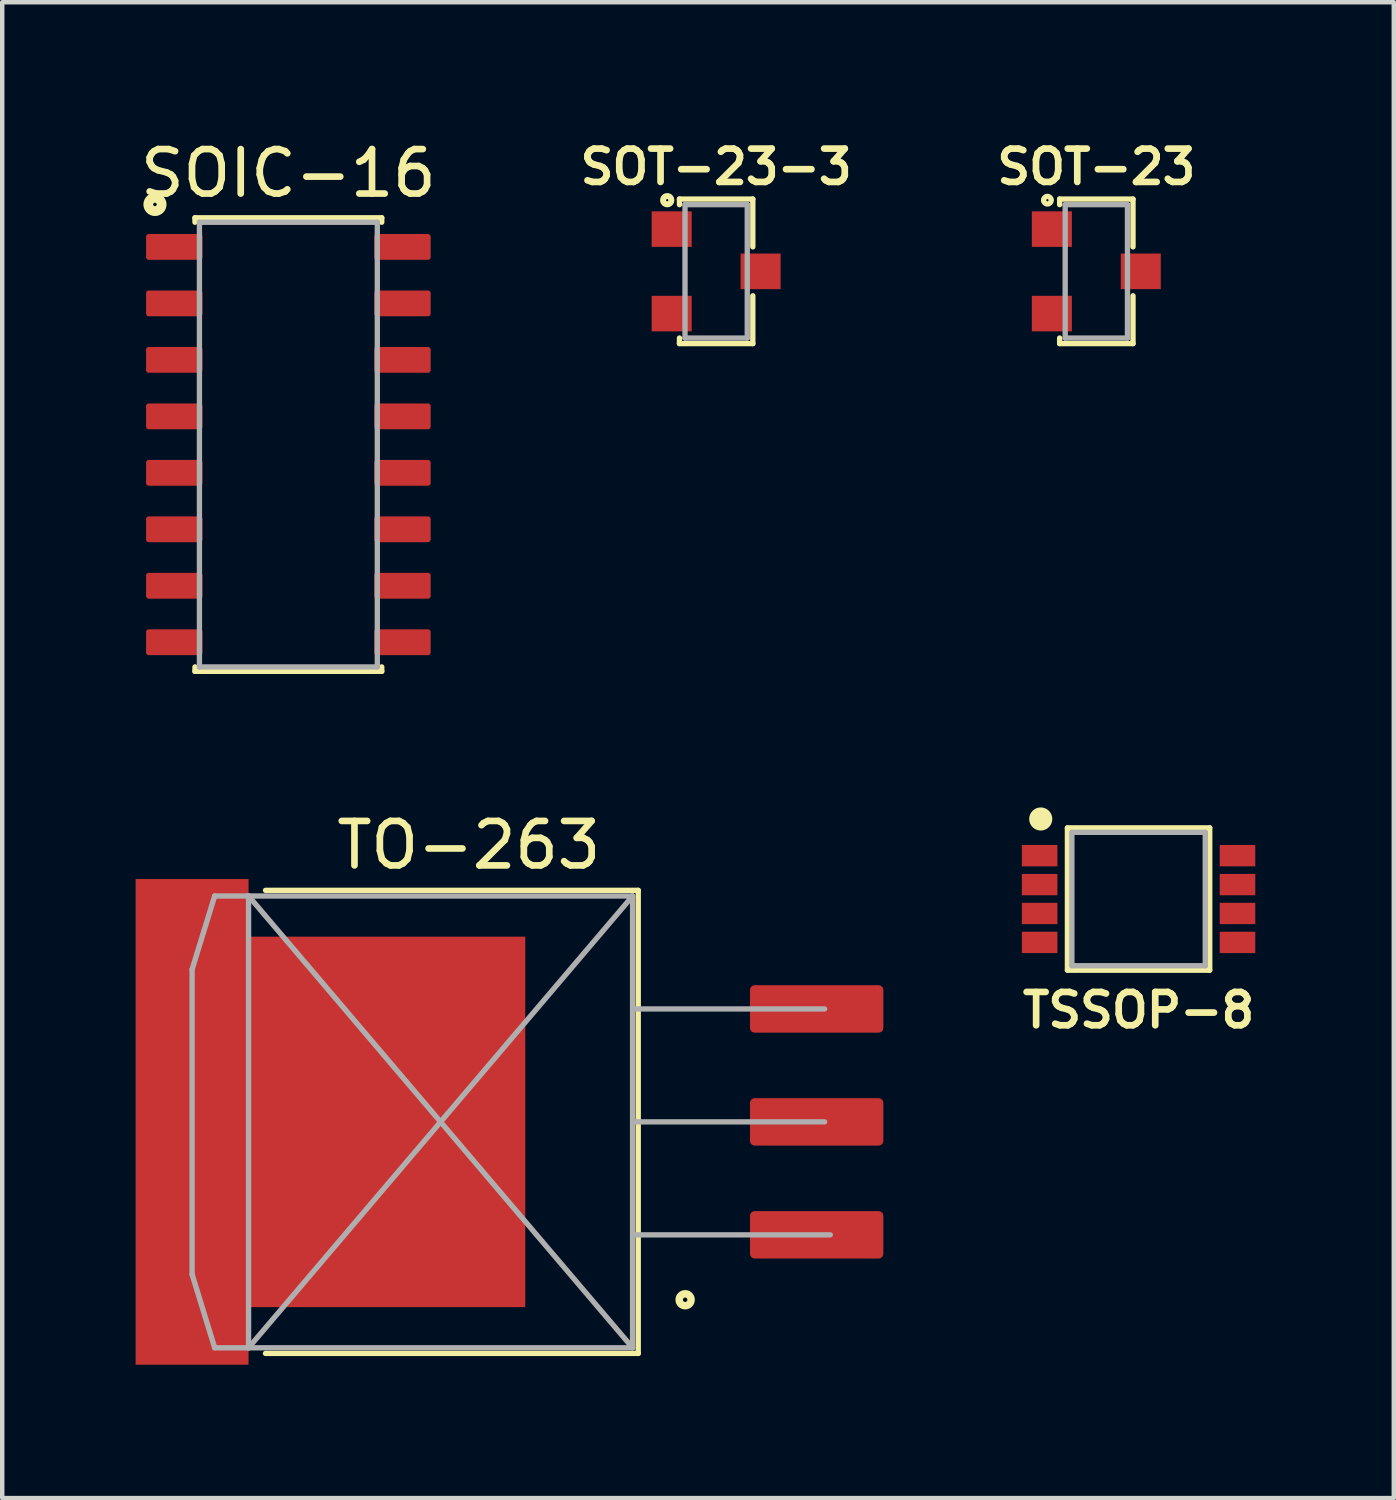
<source format=kicad_pcb>
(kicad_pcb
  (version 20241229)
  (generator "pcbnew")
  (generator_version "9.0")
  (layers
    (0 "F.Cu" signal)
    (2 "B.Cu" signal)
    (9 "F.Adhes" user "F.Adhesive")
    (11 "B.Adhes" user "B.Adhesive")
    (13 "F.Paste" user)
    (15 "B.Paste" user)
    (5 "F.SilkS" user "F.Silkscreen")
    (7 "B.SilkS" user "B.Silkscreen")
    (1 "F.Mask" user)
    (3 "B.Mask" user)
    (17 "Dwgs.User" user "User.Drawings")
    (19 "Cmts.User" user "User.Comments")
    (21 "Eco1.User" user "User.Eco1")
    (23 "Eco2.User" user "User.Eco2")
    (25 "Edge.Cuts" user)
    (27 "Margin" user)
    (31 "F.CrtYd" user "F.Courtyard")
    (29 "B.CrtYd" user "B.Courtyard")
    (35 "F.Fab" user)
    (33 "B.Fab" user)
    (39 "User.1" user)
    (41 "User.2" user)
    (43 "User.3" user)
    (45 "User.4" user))
  (footprint "TO-263"
    (layer "F.Cu")
    (at 6.858 22.18)
    (property "Reference" "TO-263" (at 0.635 -6.223 0) (layer "F.SilkS") (effects (font (size 1 1) (thickness 0.15))))
    (attr smd)
    (fp_line (start -3.937 5.207) (end 4.445 5.207) (stroke (width 0.12) (type solid)) (layer "F.SilkS"))
    (fp_line (start 4.445 -5.207) (end -3.937 -5.207) (stroke (width 0.12) (type solid)) (layer "F.SilkS"))
    (fp_line (start 4.445 5.207) (end 4.445 -5.207) (stroke (width 0.12) (type solid)) (layer "F.SilkS"))
    (fp_circle (center 5.5 4) (end 5.55 4) (stroke (width 0.12) (type solid)) (fill no) (layer "F.SilkS"))
    (fp_circle (center 5.5 4) (end 5.65 4.05) (stroke (width 0.12) (type solid)) (fill no) (layer "F.SilkS"))
    (fp_line (start -5.588 -3.429) (end -5.588 3.429) (stroke (width 0.12) (type solid)) (layer "F.Fab"))
    (fp_line (start -5.08 -5.08) (end -5.588 -3.429) (stroke (width 0.12) (type solid)) (layer "F.Fab"))
    (fp_line (start -5.08 -5.08) (end -4.318 -5.08) (stroke (width 0.12) (type solid)) (layer "F.Fab"))
    (fp_line (start -5.08 5.08) (end -5.588 3.429) (stroke (width 0.12) (type solid)) (layer "F.Fab"))
    (fp_line (start -5.08 5.08) (end -4.318 5.08) (stroke (width 0.12) (type solid)) (layer "F.Fab"))
    (fp_line (start -4.318 -5.08) (end -4.318 5.08) (stroke (width 0.12) (type solid)) (layer "F.Fab"))
    (fp_line (start -4.318 5.08) (end 4.318 5.08) (stroke (width 0.12) (type solid)) (layer "F.Fab"))
    (fp_line (start 4.318 -5.08) (end -4.318 -5.08) (stroke (width 0.12) (type solid)) (layer "F.Fab"))
    (fp_line (start 4.318 -5.08) (end -4.318 5.08) (stroke (width 0.12) (type solid)) (layer "F.Fab"))
    (fp_line (start 4.318 0) (end 8.636 0) (stroke (width 0.12) (type solid)) (layer "F.Fab"))
    (fp_line (start 4.318 5.08) (end -4.318 -5.08) (stroke (width 0.12) (type solid)) (layer "F.Fab"))
    (fp_line (start 4.318 5.08) (end 4.318 -5.08) (stroke (width 0.12) (type solid)) (layer "F.Fab"))
    (fp_line (start 8.636 -2.54) (end 4.318 -2.54) (stroke (width 0.12) (type solid)) (layer "F.Fab"))
    (fp_line (start 8.763 2.54) (end 4.318 2.54) (stroke (width 0.12) (type solid)) (layer "F.Fab"))
    (pad "1" smd roundrect (at 8.458 2.54 90) (size 1.067 3) (layers "F.Cu" "F.Mask" "F.Paste") (roundrect_rratio 0.1))
    (pad "2" smd rect (at -5.588 0) (size 2.54 10.922) (layers "F.Cu" "F.Mask" "F.Paste"))
    (pad "2" smd rect (at -1.27 0) (size 6.35 8.331) (layers "F.Cu" "F.Mask" "F.Paste"))
    (pad "2" smd roundrect (at 8.458 0 90) (size 1.067 3) (layers "F.Cu" "F.Mask" "F.Paste") (roundrect_rratio 0.1))
    (pad "3" smd roundrect (at 8.458 -2.54 90) (size 1.067 3) (layers "F.Cu" "F.Mask" "F.Paste") (roundrect_rratio 0.1)))
  (footprint "SOT-23-3"
    (layer "F.Cu")
    (at 13.055 3.052)
    (property "Reference" "SOT-23-3" (at 0 -2.35 0) (layer "F.SilkS") (effects (font (size 0.75 0.75) (thickness 0.15))))
    (attr smd)
    (fp_line (start -0.825 -1.5) (end -0.825 -1.625) (stroke (width 0.12) (type solid)) (layer "F.SilkS"))
    (fp_line (start -0.825 1.625) (end -0.825 1.5) (stroke (width 0.12) (type solid)) (layer "F.SilkS"))
    (fp_line (start 0.825 -1.625) (end -0.825 -1.625) (stroke (width 0.12) (type solid)) (layer "F.SilkS"))
    (fp_line (start 0.825 -1.625) (end 0.825 -0.55) (stroke (width 0.12) (type solid)) (layer "F.SilkS"))
    (fp_line (start 0.825 1.625) (end -0.825 1.625) (stroke (width 0.12) (type solid)) (layer "F.SilkS"))
    (fp_line (start 0.825 1.625) (end 0.825 0.55) (stroke (width 0.12) (type solid)) (layer "F.SilkS"))
    (fp_circle (center -1.1 -1.6) (end -1.2 -1.6) (stroke (width 0.12) (type solid)) (fill no) (layer "F.SilkS"))
    (fp_circle (center -1.1 -1.6) (end -1.075 -1.6) (stroke (width 0.12) (type solid)) (fill no) (layer "F.SilkS"))
    (fp_line (start -0.7 -1.5) (end 0.7 -1.5) (stroke (width 0.12) (type solid)) (layer "F.Fab"))
    (fp_line (start -0.7 1.5) (end -0.7 -1.5) (stroke (width 0.12) (type solid)) (layer "F.Fab"))
    (fp_line (start 0.7 -1.5) (end 0.7 1.5) (stroke (width 0.12) (type solid)) (layer "F.Fab"))
    (fp_line (start 0.7 1.5) (end -0.7 1.5) (stroke (width 0.12) (type solid)) (layer "F.Fab"))
    (pad "1" smd roundrect (at -1 -0.95 270) (size 0.8 0.9) (layers "F.Cu" "F.Mask" "F.Paste") (roundrect_rratio 0.001))
    (pad "2" smd roundrect (at -1 0.95 270) (size 0.8 0.9) (layers "F.Cu" "F.Mask" "F.Paste") (roundrect_rratio 0.001))
    (pad "3" smd roundrect (at 1 0 270) (size 0.8 0.9) (layers "F.Cu" "F.Mask" "F.Paste") (roundrect_rratio 0.001)))
  (footprint "TSSOP-8"
    (layer "F.Cu")
    (at 22.555 17.168)
    (property "Reference" "TSSOP-8" (at 0 2.5 0) (layer "F.SilkS") (effects (font (size 0.75 0.75) (thickness 0.15))))
    (attr smd)
    (fp_line (start -2.2 -1.8) (end -2.2 -1.8) (stroke (width 0.12) (type solid)) (layer "F.SilkS"))
    (fp_line (start -1.6 -1.6) (end -1.6 1.6) (stroke (width 0.12) (type solid)) (layer "F.SilkS"))
    (fp_line (start -1.6 1.6) (end 1.6 1.6) (stroke (width 0.12) (type solid)) (layer "F.SilkS"))
    (fp_line (start 1.6 -1.6) (end -1.6 -1.6) (stroke (width 0.12) (type solid)) (layer "F.SilkS"))
    (fp_line (start 1.6 1.6) (end 1.6 -1.6) (stroke (width 0.12) (type solid)) (layer "F.SilkS"))
    (fp_circle (center -2.2 -1.8) (end -2.1 -1.8) (stroke (width 0.12) (type solid)) (fill no) (layer "F.SilkS"))
    (fp_circle (center -2.2 -1.8) (end -2 -1.8) (stroke (width 0.12) (type solid)) (fill no) (layer "F.SilkS"))
    (fp_line (start -1.5 -1.5) (end 1.5 -1.5) (stroke (width 0.12) (type solid)) (layer "F.Fab"))
    (fp_line (start -1.5 1.5) (end -1.5 -1.5) (stroke (width 0.12) (type solid)) (layer "F.Fab"))
    (fp_line (start 1.5 -1.5) (end 1.5 1.5) (stroke (width 0.12) (type solid)) (layer "F.Fab"))
    (fp_line (start 1.5 1.5) (end -1.5 1.5) (stroke (width 0.12) (type solid)) (layer "F.Fab"))
    (pad "1" smd roundrect (at -2.225 -0.975) (size 0.8 0.48) (layers "F.Cu" "F.Mask" "F.Paste") (roundrect_rratio 0.01))
    (pad "2" smd roundrect (at -2.225 -0.325) (size 0.8 0.48) (layers "F.Cu" "F.Mask" "F.Paste") (roundrect_rratio 0.01))
    (pad "3" smd roundrect (at -2.225 0.325) (size 0.8 0.48) (layers "F.Cu" "F.Mask" "F.Paste") (roundrect_rratio 0.01))
    (pad "4" smd roundrect (at -2.225 0.975) (size 0.8 0.48) (layers "F.Cu" "F.Mask" "F.Paste") (roundrect_rratio 0.01))
    (pad "5" smd roundrect (at 2.225 0.975) (size 0.8 0.48) (layers "F.Cu" "F.Mask" "F.Paste") (roundrect_rratio 0.01))
    (pad "6" smd roundrect (at 2.225 0.325) (size 0.8 0.48) (layers "F.Cu" "F.Mask" "F.Paste") (roundrect_rratio 0.01))
    (pad "7" smd roundrect (at 2.225 -0.325) (size 0.8 0.48) (layers "F.Cu" "F.Mask" "F.Paste") (roundrect_rratio 0.01))
    (pad "8" smd roundrect (at 2.225 -0.975) (size 0.8 0.48) (layers "F.Cu" "F.Mask" "F.Paste") (roundrect_rratio 0.01)))
  (footprint "SOT-23"
    (layer "F.Cu")
    (at 21.605 3.052)
    (property "Reference" "SOT-23" (at 0 -2.35 0) (layer "F.SilkS") (effects (font (size 0.75 0.75) (thickness 0.15))))
    (attr smd)
    (fp_line (start -0.825 -1.5) (end -0.825 -1.625) (stroke (width 0.12) (type solid)) (layer "F.SilkS"))
    (fp_line (start -0.825 1.625) (end -0.825 1.5) (stroke (width 0.12) (type solid)) (layer "F.SilkS"))
    (fp_line (start 0.825 -1.625) (end -0.825 -1.625) (stroke (width 0.12) (type solid)) (layer "F.SilkS"))
    (fp_line (start 0.825 -1.625) (end 0.825 -0.55) (stroke (width 0.12) (type solid)) (layer "F.SilkS"))
    (fp_line (start 0.825 1.625) (end -0.825 1.625) (stroke (width 0.12) (type solid)) (layer "F.SilkS"))
    (fp_line (start 0.825 1.625) (end 0.825 0.55) (stroke (width 0.12) (type solid)) (layer "F.SilkS"))
    (fp_circle (center -1.1 -1.6) (end -1.075 -1.6) (stroke (width 0.12) (type solid)) (fill no) (layer "F.SilkS"))
    (fp_line (start -0.7 -1.5) (end 0.7 -1.5) (stroke (width 0.12) (type solid)) (layer "F.Fab"))
    (fp_line (start -0.7 1.5) (end -0.7 -1.5) (stroke (width 0.12) (type solid)) (layer "F.Fab"))
    (fp_line (start 0.7 -1.5) (end 0.7 1.5) (stroke (width 0.12) (type solid)) (layer "F.Fab"))
    (fp_line (start 0.7 1.5) (end -0.7 1.5) (stroke (width 0.12) (type solid)) (layer "F.Fab"))
    (pad "1" smd roundrect (at -1 -0.95 270) (size 0.8 0.9) (layers "F.Cu" "F.Mask" "F.Paste") (roundrect_rratio 0.001))
    (pad "2" smd roundrect (at -1 0.95 270) (size 0.8 0.9) (layers "F.Cu" "F.Mask" "F.Paste") (roundrect_rratio 0.001))
    (pad "3" smd roundrect (at 1 0 270) (size 0.8 0.9) (layers "F.Cu" "F.Mask" "F.Paste") (roundrect_rratio 0.001)))
  (footprint "SOIC-16"
    (layer "F.Cu")
    (at 3.435 6.948)
    (property "Reference" "SOIC-16" (at 0 -6.1 0) (layer "F.SilkS") (effects (font (size 1 1) (thickness 0.15))))
    (attr smd)
    (fp_line (start -2.1 -5.1) (end 2.1 -5.1) (stroke (width 0.12) (type solid)) (layer "F.SilkS"))
    (fp_line (start -2.1 -5) (end -2.1 -5.1) (stroke (width 0.12) (type solid)) (layer "F.SilkS"))
    (fp_line (start -2.1 5) (end -2.1 5.1) (stroke (width 0.12) (type solid)) (layer "F.SilkS"))
    (fp_line (start -2.1 5.1) (end 2.1 5.1) (stroke (width 0.12) (type solid)) (layer "F.SilkS"))
    (fp_line (start 2.1 -5.1) (end 2.1 -5) (stroke (width 0.12) (type solid)) (layer "F.SilkS"))
    (fp_line (start 2.1 5.1) (end 2.1 5) (stroke (width 0.12) (type solid)) (layer "F.SilkS"))
    (fp_circle (center -3 -5.4) (end -3 -5.6) (stroke (width 0.12) (type solid)) (fill no) (layer "F.SilkS"))
    (fp_circle (center -3 -5.4) (end -2.95 -5.4) (stroke (width 0.12) (type solid)) (fill no) (layer "F.SilkS"))
    (fp_circle (center -3 -5.4) (end -2.9 -5.4) (stroke (width 0.12) (type solid)) (fill no) (layer "F.SilkS"))
    (fp_line (start -2 -5) (end 2 -5) (stroke (width 0.12) (type solid)) (layer "F.Fab"))
    (fp_line (start -2 5) (end -2 -5) (stroke (width 0.12) (type solid)) (layer "F.Fab"))
    (fp_line (start 2 -5) (end 2 5) (stroke (width 0.12) (type solid)) (layer "F.Fab"))
    (fp_line (start 2 5) (end -2 5) (stroke (width 0.12) (type solid)) (layer "F.Fab"))
    (pad "1" smd roundrect (at -2.565 -4.445 270) (size 0.58 1.27) (layers "F.Cu" "F.Mask" "F.Paste") (roundrect_rratio 0.1))
    (pad "2" smd roundrect (at -2.565 -3.175 270) (size 0.58 1.27) (layers "F.Cu" "F.Mask" "F.Paste") (roundrect_rratio 0.1))
    (pad "3" smd roundrect (at -2.565 -1.905 270) (size 0.58 1.27) (layers "F.Cu" "F.Mask" "F.Paste") (roundrect_rratio 0.1))
    (pad "4" smd roundrect (at -2.565 -0.635 270) (size 0.58 1.27) (layers "F.Cu" "F.Mask" "F.Paste") (roundrect_rratio 0.1))
    (pad "5" smd roundrect (at -2.565 0.635 270) (size 0.58 1.27) (layers "F.Cu" "F.Mask" "F.Paste") (roundrect_rratio 0.1))
    (pad "6" smd roundrect (at -2.565 1.905 270) (size 0.58 1.27) (layers "F.Cu" "F.Mask" "F.Paste") (roundrect_rratio 0.1))
    (pad "7" smd roundrect (at -2.565 3.175 270) (size 0.58 1.27) (layers "F.Cu" "F.Mask" "F.Paste") (roundrect_rratio 0.1))
    (pad "8" smd roundrect (at -2.565 4.445 270) (size 0.58 1.27) (layers "F.Cu" "F.Mask" "F.Paste") (roundrect_rratio 0.1))
    (pad "9" smd roundrect (at 2.565 4.445 270) (size 0.58 1.27) (layers "F.Cu" "F.Mask" "F.Paste") (roundrect_rratio 0.1))
    (pad "10" smd roundrect (at 2.565 3.175 270) (size 0.58 1.27) (layers "F.Cu" "F.Mask" "F.Paste") (roundrect_rratio 0.1))
    (pad "11" smd roundrect (at 2.565 1.905 270) (size 0.58 1.27) (layers "F.Cu" "F.Mask" "F.Paste") (roundrect_rratio 0.1))
    (pad "12" smd roundrect (at 2.565 0.635 270) (size 0.58 1.27) (layers "F.Cu" "F.Mask" "F.Paste") (roundrect_rratio 0.1))
    (pad "13" smd roundrect (at 2.565 -0.635 270) (size 0.58 1.27) (layers "F.Cu" "F.Mask" "F.Paste") (roundrect_rratio 0.1))
    (pad "14" smd roundrect (at 2.565 -1.905 270) (size 0.58 1.27) (layers "F.Cu" "F.Mask" "F.Paste") (roundrect_rratio 0.1))
    (pad "15" smd roundrect (at 2.565 -3.175 270) (size 0.58 1.27) (layers "F.Cu" "F.Mask" "F.Paste") (roundrect_rratio 0.1))
    (pad "16" smd roundrect (at 2.565 -4.445 270) (size 0.58 1.27) (layers "F.Cu" "F.Mask" "F.Paste") (roundrect_rratio 0.1)))
  (gr_rect
    (start -3 -3)
    (end 28.295 30.64)
    (stroke (width 0.1) (type default))
    (fill no)
    (layer "Edge.Cuts")))
</source>
